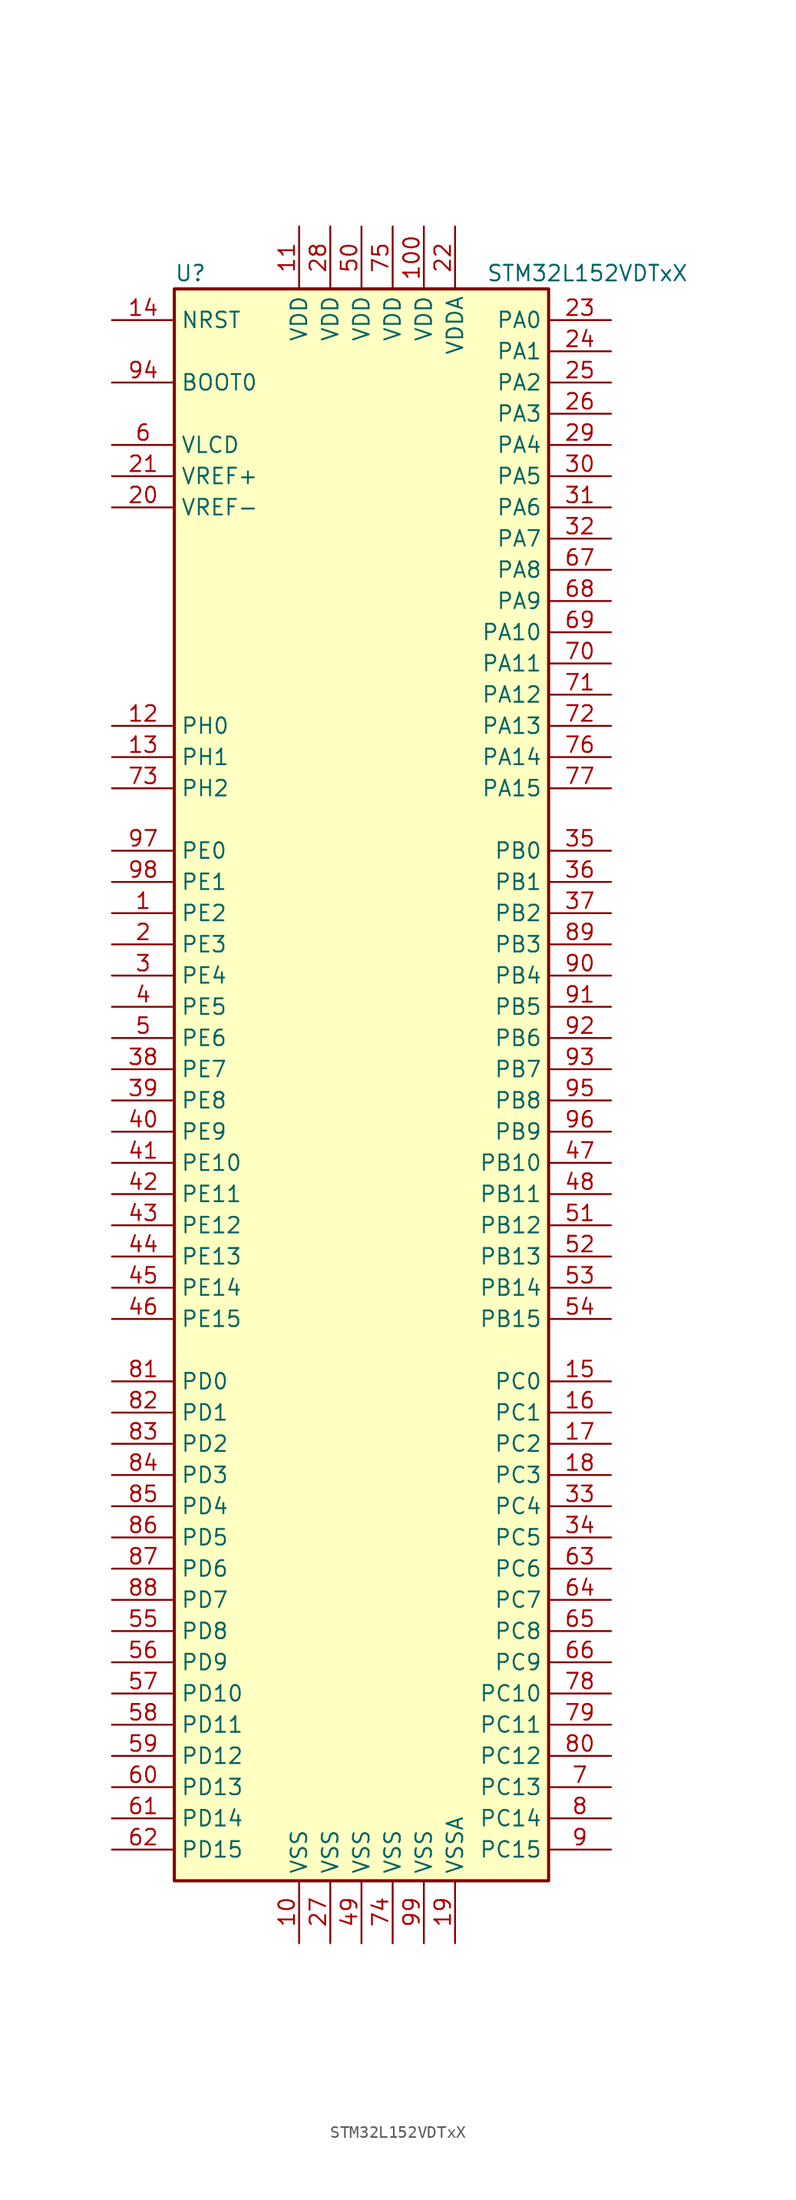
<source format=kicad_sym>
(kicad_symbol_lib
  (version 20211014)
  (generator kicad_symbol_editor)
  (symbol "STM32L152VDTxX"
    (property "Reference" "U"
      (at -15.24 64.77 0)
      (effects (font (size 1.27 1.27)) (justify left)))
    (property "Value" "STM32L152VDTxX"
      (at 10.16 64.77 0)
      (effects (font (size 1.27 1.27)) (justify left)))
    (symbol "STM32L152VDTxX_0_1"
      (rectangle (start -15.24 -66.04) (end 15.24 63.5) (stroke (width 0.254) (type default) (color 0 0 0 0)) (fill (type background))))
    (symbol "STM32L152VDTxX_1_1"
      (pin bidirectional line (at -20.32 12.7 0) (length 5.08) (name "PE2" (effects (font (size 1.27 1.27)))) (number "1" (effects (font (size 1.27 1.27)))))
      (pin power_in line (at -5.08 -71.12 90) (length 5.08) (name "VSS" (effects (font (size 1.27 1.27)))) (number "10" (effects (font (size 1.27 1.27)))))
      (pin power_in line (at 5.08 68.58 270) (length 5.08) (name "VDD" (effects (font (size 1.27 1.27)))) (number "100" (effects (font (size 1.27 1.27)))))
      (pin power_in line (at -5.08 68.58 270) (length 5.08) (name "VDD" (effects (font (size 1.27 1.27)))) (number "11" (effects (font (size 1.27 1.27)))))
      (pin input line (at -20.32 27.94 0) (length 5.08) (name "PH0" (effects (font (size 1.27 1.27)))) (number "12" (effects (font (size 1.27 1.27)))))
      (pin input line (at -20.32 25.4 0) (length 5.08) (name "PH1" (effects (font (size 1.27 1.27)))) (number "13" (effects (font (size 1.27 1.27)))))
      (pin input line (at -20.32 60.96 0) (length 5.08) (name "NRST" (effects (font (size 1.27 1.27)))) (number "14" (effects (font (size 1.27 1.27)))))
      (pin bidirectional line (at 20.32 -25.4 180) (length 5.08) (name "PC0" (effects (font (size 1.27 1.27)))) (number "15" (effects (font (size 1.27 1.27)))))
      (pin bidirectional line (at 20.32 -27.94 180) (length 5.08) (name "PC1" (effects (font (size 1.27 1.27)))) (number "16" (effects (font (size 1.27 1.27)))))
      (pin bidirectional line (at 20.32 -30.48 180) (length 5.08) (name "PC2" (effects (font (size 1.27 1.27)))) (number "17" (effects (font (size 1.27 1.27)))))
      (pin bidirectional line (at 20.32 -33.02 180) (length 5.08) (name "PC3" (effects (font (size 1.27 1.27)))) (number "18" (effects (font (size 1.27 1.27)))))
      (pin power_in line (at 7.62 -71.12 90) (length 5.08) (name "VSSA" (effects (font (size 1.27 1.27)))) (number "19" (effects (font (size 1.27 1.27)))))
      (pin bidirectional line (at -20.32 10.16 0) (length 5.08) (name "PE3" (effects (font (size 1.27 1.27)))) (number "2" (effects (font (size 1.27 1.27)))))
      (pin power_in line (at -20.32 45.72 0) (length 5.08) (name "VREF-" (effects (font (size 1.27 1.27)))) (number "20" (effects (font (size 1.27 1.27)))))
      (pin power_in line (at -20.32 48.26 0) (length 5.08) (name "VREF+" (effects (font (size 1.27 1.27)))) (number "21" (effects (font (size 1.27 1.27)))))
      (pin power_in line (at 7.62 68.58 270) (length 5.08) (name "VDDA" (effects (font (size 1.27 1.27)))) (number "22" (effects (font (size 1.27 1.27)))))
      (pin bidirectional line (at 20.32 60.96 180) (length 5.08) (name "PA0" (effects (font (size 1.27 1.27)))) (number "23" (effects (font (size 1.27 1.27)))))
      (pin bidirectional line (at 20.32 58.42 180) (length 5.08) (name "PA1" (effects (font (size 1.27 1.27)))) (number "24" (effects (font (size 1.27 1.27)))))
      (pin bidirectional line (at 20.32 55.88 180) (length 5.08) (name "PA2" (effects (font (size 1.27 1.27)))) (number "25" (effects (font (size 1.27 1.27)))))
      (pin bidirectional line (at 20.32 53.34 180) (length 5.08) (name "PA3" (effects (font (size 1.27 1.27)))) (number "26" (effects (font (size 1.27 1.27)))))
      (pin power_in line (at -2.54 -71.12 90) (length 5.08) (name "VSS" (effects (font (size 1.27 1.27)))) (number "27" (effects (font (size 1.27 1.27)))))
      (pin power_in line (at -2.54 68.58 270) (length 5.08) (name "VDD" (effects (font (size 1.27 1.27)))) (number "28" (effects (font (size 1.27 1.27)))))
      (pin bidirectional line (at 20.32 50.8 180) (length 5.08) (name "PA4" (effects (font (size 1.27 1.27)))) (number "29" (effects (font (size 1.27 1.27)))))
      (pin bidirectional line (at -20.32 7.62 0) (length 5.08) (name "PE4" (effects (font (size 1.27 1.27)))) (number "3" (effects (font (size 1.27 1.27)))))
      (pin bidirectional line (at 20.32 48.26 180) (length 5.08) (name "PA5" (effects (font (size 1.27 1.27)))) (number "30" (effects (font (size 1.27 1.27)))))
      (pin bidirectional line (at 20.32 45.72 180) (length 5.08) (name "PA6" (effects (font (size 1.27 1.27)))) (number "31" (effects (font (size 1.27 1.27)))))
      (pin bidirectional line (at 20.32 43.18 180) (length 5.08) (name "PA7" (effects (font (size 1.27 1.27)))) (number "32" (effects (font (size 1.27 1.27)))))
      (pin bidirectional line (at 20.32 -35.56 180) (length 5.08) (name "PC4" (effects (font (size 1.27 1.27)))) (number "33" (effects (font (size 1.27 1.27)))))
      (pin bidirectional line (at 20.32 -38.1 180) (length 5.08) (name "PC5" (effects (font (size 1.27 1.27)))) (number "34" (effects (font (size 1.27 1.27)))))
      (pin bidirectional line (at 20.32 17.78 180) (length 5.08) (name "PB0" (effects (font (size 1.27 1.27)))) (number "35" (effects (font (size 1.27 1.27)))))
      (pin bidirectional line (at 20.32 15.24 180) (length 5.08) (name "PB1" (effects (font (size 1.27 1.27)))) (number "36" (effects (font (size 1.27 1.27)))))
      (pin bidirectional line (at 20.32 12.7 180) (length 5.08) (name "PB2" (effects (font (size 1.27 1.27)))) (number "37" (effects (font (size 1.27 1.27)))))
      (pin bidirectional line (at -20.32 0 0) (length 5.08) (name "PE7" (effects (font (size 1.27 1.27)))) (number "38" (effects (font (size 1.27 1.27)))))
      (pin bidirectional line (at -20.32 -2.54 0) (length 5.08) (name "PE8" (effects (font (size 1.27 1.27)))) (number "39" (effects (font (size 1.27 1.27)))))
      (pin bidirectional line (at -20.32 5.08 0) (length 5.08) (name "PE5" (effects (font (size 1.27 1.27)))) (number "4" (effects (font (size 1.27 1.27)))))
      (pin bidirectional line (at -20.32 -5.08 0) (length 5.08) (name "PE9" (effects (font (size 1.27 1.27)))) (number "40" (effects (font (size 1.27 1.27)))))
      (pin bidirectional line (at -20.32 -7.62 0) (length 5.08) (name "PE10" (effects (font (size 1.27 1.27)))) (number "41" (effects (font (size 1.27 1.27)))))
      (pin bidirectional line (at -20.32 -10.16 0) (length 5.08) (name "PE11" (effects (font (size 1.27 1.27)))) (number "42" (effects (font (size 1.27 1.27)))))
      (pin bidirectional line (at -20.32 -12.7 0) (length 5.08) (name "PE12" (effects (font (size 1.27 1.27)))) (number "43" (effects (font (size 1.27 1.27)))))
      (pin bidirectional line (at -20.32 -15.24 0) (length 5.08) (name "PE13" (effects (font (size 1.27 1.27)))) (number "44" (effects (font (size 1.27 1.27)))))
      (pin bidirectional line (at -20.32 -17.78 0) (length 5.08) (name "PE14" (effects (font (size 1.27 1.27)))) (number "45" (effects (font (size 1.27 1.27)))))
      (pin bidirectional line (at -20.32 -20.32 0) (length 5.08) (name "PE15" (effects (font (size 1.27 1.27)))) (number "46" (effects (font (size 1.27 1.27)))))
      (pin bidirectional line (at 20.32 -7.62 180) (length 5.08) (name "PB10" (effects (font (size 1.27 1.27)))) (number "47" (effects (font (size 1.27 1.27)))))
      (pin bidirectional line (at 20.32 -10.16 180) (length 5.08) (name "PB11" (effects (font (size 1.27 1.27)))) (number "48" (effects (font (size 1.27 1.27)))))
      (pin power_in line (at 0 -71.12 90) (length 5.08) (name "VSS" (effects (font (size 1.27 1.27)))) (number "49" (effects (font (size 1.27 1.27)))))
      (pin bidirectional line (at -20.32 2.54 0) (length 5.08) (name "PE6" (effects (font (size 1.27 1.27)))) (number "5" (effects (font (size 1.27 1.27)))))
      (pin power_in line (at 0 68.58 270) (length 5.08) (name "VDD" (effects (font (size 1.27 1.27)))) (number "50" (effects (font (size 1.27 1.27)))))
      (pin bidirectional line (at 20.32 -12.7 180) (length 5.08) (name "PB12" (effects (font (size 1.27 1.27)))) (number "51" (effects (font (size 1.27 1.27)))))
      (pin bidirectional line (at 20.32 -15.24 180) (length 5.08) (name "PB13" (effects (font (size 1.27 1.27)))) (number "52" (effects (font (size 1.27 1.27)))))
      (pin bidirectional line (at 20.32 -17.78 180) (length 5.08) (name "PB14" (effects (font (size 1.27 1.27)))) (number "53" (effects (font (size 1.27 1.27)))))
      (pin bidirectional line (at 20.32 -20.32 180) (length 5.08) (name "PB15" (effects (font (size 1.27 1.27)))) (number "54" (effects (font (size 1.27 1.27)))))
      (pin bidirectional line (at -20.32 -45.72 0) (length 5.08) (name "PD8" (effects (font (size 1.27 1.27)))) (number "55" (effects (font (size 1.27 1.27)))))
      (pin bidirectional line (at -20.32 -48.26 0) (length 5.08) (name "PD9" (effects (font (size 1.27 1.27)))) (number "56" (effects (font (size 1.27 1.27)))))
      (pin bidirectional line (at -20.32 -50.8 0) (length 5.08) (name "PD10" (effects (font (size 1.27 1.27)))) (number "57" (effects (font (size 1.27 1.27)))))
      (pin bidirectional line (at -20.32 -53.34 0) (length 5.08) (name "PD11" (effects (font (size 1.27 1.27)))) (number "58" (effects (font (size 1.27 1.27)))))
      (pin bidirectional line (at -20.32 -55.88 0) (length 5.08) (name "PD12" (effects (font (size 1.27 1.27)))) (number "59" (effects (font (size 1.27 1.27)))))
      (pin power_in line (at -20.32 50.8 0) (length 5.08) (name "VLCD" (effects (font (size 1.27 1.27)))) (number "6" (effects (font (size 1.27 1.27)))))
      (pin bidirectional line (at -20.32 -58.42 0) (length 5.08) (name "PD13" (effects (font (size 1.27 1.27)))) (number "60" (effects (font (size 1.27 1.27)))))
      (pin bidirectional line (at -20.32 -60.96 0) (length 5.08) (name "PD14" (effects (font (size 1.27 1.27)))) (number "61" (effects (font (size 1.27 1.27)))))
      (pin bidirectional line (at -20.32 -63.5 0) (length 5.08) (name "PD15" (effects (font (size 1.27 1.27)))) (number "62" (effects (font (size 1.27 1.27)))))
      (pin bidirectional line (at 20.32 -40.64 180) (length 5.08) (name "PC6" (effects (font (size 1.27 1.27)))) (number "63" (effects (font (size 1.27 1.27)))))
      (pin bidirectional line (at 20.32 -43.18 180) (length 5.08) (name "PC7" (effects (font (size 1.27 1.27)))) (number "64" (effects (font (size 1.27 1.27)))))
      (pin bidirectional line (at 20.32 -45.72 180) (length 5.08) (name "PC8" (effects (font (size 1.27 1.27)))) (number "65" (effects (font (size 1.27 1.27)))))
      (pin bidirectional line (at 20.32 -48.26 180) (length 5.08) (name "PC9" (effects (font (size 1.27 1.27)))) (number "66" (effects (font (size 1.27 1.27)))))
      (pin bidirectional line (at 20.32 40.64 180) (length 5.08) (name "PA8" (effects (font (size 1.27 1.27)))) (number "67" (effects (font (size 1.27 1.27)))))
      (pin bidirectional line (at 20.32 38.1 180) (length 5.08) (name "PA9" (effects (font (size 1.27 1.27)))) (number "68" (effects (font (size 1.27 1.27)))))
      (pin bidirectional line (at 20.32 35.56 180) (length 5.08) (name "PA10" (effects (font (size 1.27 1.27)))) (number "69" (effects (font (size 1.27 1.27)))))
      (pin bidirectional line (at 20.32 -58.42 180) (length 5.08) (name "PC13" (effects (font (size 1.27 1.27)))) (number "7" (effects (font (size 1.27 1.27)))))
      (pin bidirectional line (at 20.32 33.02 180) (length 5.08) (name "PA11" (effects (font (size 1.27 1.27)))) (number "70" (effects (font (size 1.27 1.27)))))
      (pin bidirectional line (at 20.32 30.48 180) (length 5.08) (name "PA12" (effects (font (size 1.27 1.27)))) (number "71" (effects (font (size 1.27 1.27)))))
      (pin bidirectional line (at 20.32 27.94 180) (length 5.08) (name "PA13" (effects (font (size 1.27 1.27)))) (number "72" (effects (font (size 1.27 1.27)))))
      (pin bidirectional line (at -20.32 22.86 0) (length 5.08) (name "PH2" (effects (font (size 1.27 1.27)))) (number "73" (effects (font (size 1.27 1.27)))))
      (pin power_in line (at 2.54 -71.12 90) (length 5.08) (name "VSS" (effects (font (size 1.27 1.27)))) (number "74" (effects (font (size 1.27 1.27)))))
      (pin power_in line (at 2.54 68.58 270) (length 5.08) (name "VDD" (effects (font (size 1.27 1.27)))) (number "75" (effects (font (size 1.27 1.27)))))
      (pin bidirectional line (at 20.32 25.4 180) (length 5.08) (name "PA14" (effects (font (size 1.27 1.27)))) (number "76" (effects (font (size 1.27 1.27)))))
      (pin bidirectional line (at 20.32 22.86 180) (length 5.08) (name "PA15" (effects (font (size 1.27 1.27)))) (number "77" (effects (font (size 1.27 1.27)))))
      (pin bidirectional line (at 20.32 -50.8 180) (length 5.08) (name "PC10" (effects (font (size 1.27 1.27)))) (number "78" (effects (font (size 1.27 1.27)))))
      (pin bidirectional line (at 20.32 -53.34 180) (length 5.08) (name "PC11" (effects (font (size 1.27 1.27)))) (number "79" (effects (font (size 1.27 1.27)))))
      (pin bidirectional line (at 20.32 -60.96 180) (length 5.08) (name "PC14" (effects (font (size 1.27 1.27)))) (number "8" (effects (font (size 1.27 1.27)))))
      (pin bidirectional line (at 20.32 -55.88 180) (length 5.08) (name "PC12" (effects (font (size 1.27 1.27)))) (number "80" (effects (font (size 1.27 1.27)))))
      (pin bidirectional line (at -20.32 -25.4 0) (length 5.08) (name "PD0" (effects (font (size 1.27 1.27)))) (number "81" (effects (font (size 1.27 1.27)))))
      (pin bidirectional line (at -20.32 -27.94 0) (length 5.08) (name "PD1" (effects (font (size 1.27 1.27)))) (number "82" (effects (font (size 1.27 1.27)))))
      (pin bidirectional line (at -20.32 -30.48 0) (length 5.08) (name "PD2" (effects (font (size 1.27 1.27)))) (number "83" (effects (font (size 1.27 1.27)))))
      (pin bidirectional line (at -20.32 -33.02 0) (length 5.08) (name "PD3" (effects (font (size 1.27 1.27)))) (number "84" (effects (font (size 1.27 1.27)))))
      (pin bidirectional line (at -20.32 -35.56 0) (length 5.08) (name "PD4" (effects (font (size 1.27 1.27)))) (number "85" (effects (font (size 1.27 1.27)))))
      (pin bidirectional line (at -20.32 -38.1 0) (length 5.08) (name "PD5" (effects (font (size 1.27 1.27)))) (number "86" (effects (font (size 1.27 1.27)))))
      (pin bidirectional line (at -20.32 -40.64 0) (length 5.08) (name "PD6" (effects (font (size 1.27 1.27)))) (number "87" (effects (font (size 1.27 1.27)))))
      (pin bidirectional line (at -20.32 -43.18 0) (length 5.08) (name "PD7" (effects (font (size 1.27 1.27)))) (number "88" (effects (font (size 1.27 1.27)))))
      (pin bidirectional line (at 20.32 10.16 180) (length 5.08) (name "PB3" (effects (font (size 1.27 1.27)))) (number "89" (effects (font (size 1.27 1.27)))))
      (pin bidirectional line (at 20.32 -63.5 180) (length 5.08) (name "PC15" (effects (font (size 1.27 1.27)))) (number "9" (effects (font (size 1.27 1.27)))))
      (pin bidirectional line (at 20.32 7.62 180) (length 5.08) (name "PB4" (effects (font (size 1.27 1.27)))) (number "90" (effects (font (size 1.27 1.27)))))
      (pin bidirectional line (at 20.32 5.08 180) (length 5.08) (name "PB5" (effects (font (size 1.27 1.27)))) (number "91" (effects (font (size 1.27 1.27)))))
      (pin bidirectional line (at 20.32 2.54 180) (length 5.08) (name "PB6" (effects (font (size 1.27 1.27)))) (number "92" (effects (font (size 1.27 1.27)))))
      (pin bidirectional line (at 20.32 0 180) (length 5.08) (name "PB7" (effects (font (size 1.27 1.27)))) (number "93" (effects (font (size 1.27 1.27)))))
      (pin input line (at -20.32 55.88 0) (length 5.08) (name "BOOT0" (effects (font (size 1.27 1.27)))) (number "94" (effects (font (size 1.27 1.27)))))
      (pin bidirectional line (at 20.32 -2.54 180) (length 5.08) (name "PB8" (effects (font (size 1.27 1.27)))) (number "95" (effects (font (size 1.27 1.27)))))
      (pin bidirectional line (at 20.32 -5.08 180) (length 5.08) (name "PB9" (effects (font (size 1.27 1.27)))) (number "96" (effects (font (size 1.27 1.27)))))
      (pin bidirectional line (at -20.32 17.78 0) (length 5.08) (name "PE0" (effects (font (size 1.27 1.27)))) (number "97" (effects (font (size 1.27 1.27)))))
      (pin bidirectional line (at -20.32 15.24 0) (length 5.08) (name "PE1" (effects (font (size 1.27 1.27)))) (number "98" (effects (font (size 1.27 1.27)))))
      (pin power_in line (at 5.08 -71.12 90) (length 5.08) (name "VSS" (effects (font (size 1.27 1.27)))) (number "99" (effects (font (size 1.27 1.27))))))))
</source>
